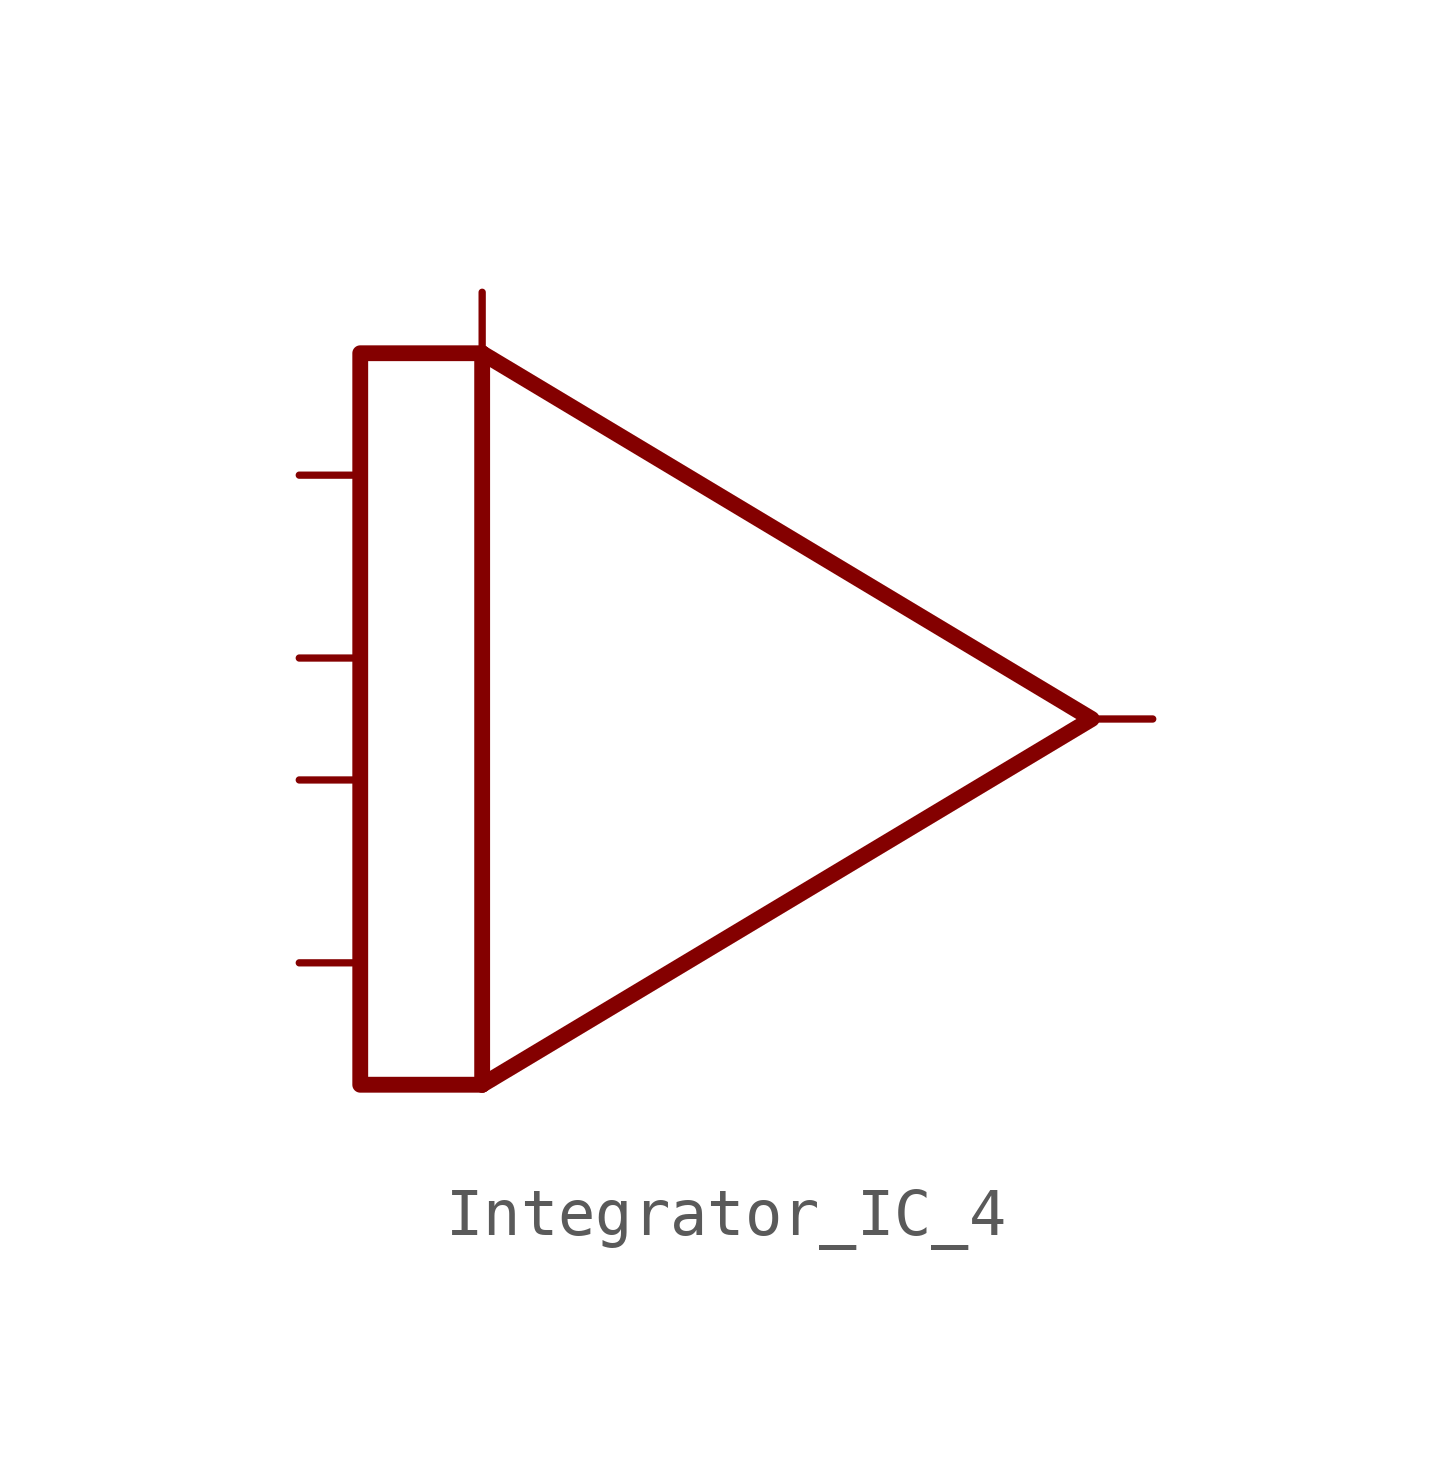
<source format=kicad_sym>
(kicad_symbol_lib
  (version 20211014)
  (generator kicad_symbol_editor)
  (symbol "Integrator_IC_4"
    (property "Reference" "U"
      (at 5.08 15.24 0)
      (effects (font (size 1.27 1.27)) hide))
    (symbol "Integrator_IC_4_0_0"
      (polyline (pts (xy -6.35 7.62) (xy -8.89 7.62) (xy -8.89 -7.62) (xy -6.35 -7.62)) (stroke (width 0.33) (type default) (color 0 0 0 0)) (fill (type none))))
    (symbol "Integrator_IC_4_0_1"
      (polyline (pts (xy -6.35 -7.62) (xy -6.35 7.62)) (stroke (width 0.33) (type default) (color 0 0 0 0)) (fill (type none)))
      (polyline (pts (xy -6.35 7.62) (xy 6.35 0) (xy -6.35 -7.62)) (stroke (width 0.33) (type default) (color 0 0 0 0)) (fill (type none))))
    (symbol "Integrator_IC_4_1_1"
      (pin input line (at -10.16 -5.08 0) (length 1.27) (name "" (effects (font (size 1.27 1.27)))) (number "" (effects (font (size 1.27 1.27)))))
      (pin input line (at -10.16 -1.27 0) (length 1.27) (name "" (effects (font (size 1.27 1.27)))) (number "" (effects (font (size 1.27 1.27)))))
      (pin input line (at -10.16 1.27 0) (length 1.27) (name "" (effects (font (size 1.27 1.27)))) (number "" (effects (font (size 1.27 1.27)))))
      (pin input line (at -10.16 5.08 0) (length 1.27) (name "" (effects (font (size 1.27 1.27)))) (number "" (effects (font (size 1.27 1.27)))))
      (pin input line (at -6.35 8.89 270) (length 1.27) (name "" (effects (font (size 1.27 1.27)))) (number "" (effects (font (size 1.27 1.27)))))
      (pin output line (at 7.62 0 180) (length 1.27) (name "" (effects (font (size 1.27 1.27)))) (number "" (effects (font (size 1.27 1.27))))))))
</source>
